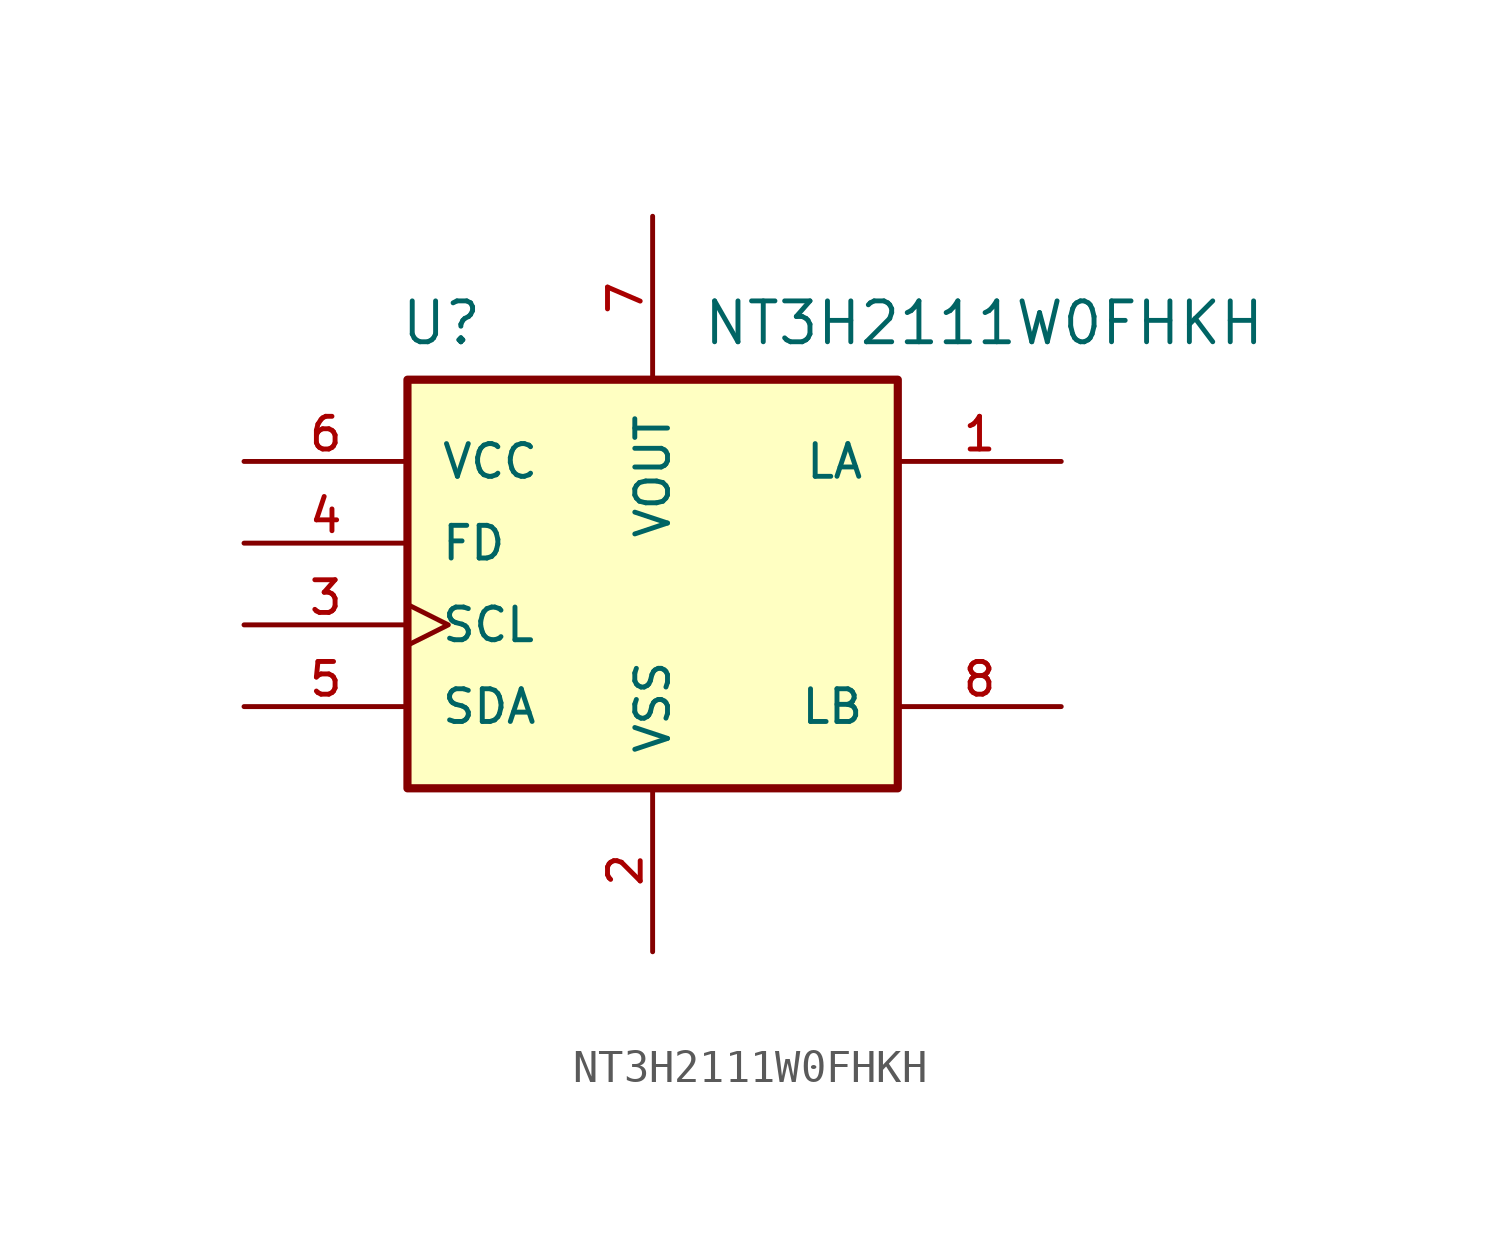
<source format=kicad_sym>
(kicad_symbol_lib
  (version 20231120)
  (generator "kicad_symbol_editor")
  (generator_version "8.0")
  (symbol "NT3H2111W0FHKH"
    (pin_names
      (offset 1.016))
    (property "Reference" "U"
      (at -7.874 3.556 0)
      (effects (font (size 1.27 1.27)) (justify left bottom)))
    (property "Value" "NT3H2111W0FHKH"
      (at 1.524 3.556 0)
      (effects (font (size 1.27 1.27)) (justify left bottom)))
    (symbol "NT3H2111W0FHKH_0_0"
      (rectangle (start -7.62 2.54) (end 7.62 -10.16) (stroke (width 0.254) (type default)) (fill (type background)))
      (pin bidirectional line (at 12.7 0 180) (length 5.08) (name "LA" (effects (font (size 1.016 1.016)))) (number "1" (effects (font (size 1.016 1.016)))))
      (pin power_in line (at 0 -15.24 90) (length 5.08) (name "VSS" (effects (font (size 1.016 1.016)))) (number "2" (effects (font (size 1.016 1.016)))))
      (pin input clock (at -12.7 -5.08 0) (length 5.08) (name "SCL" (effects (font (size 1.016 1.016)))) (number "3" (effects (font (size 1.016 1.016)))))
      (pin input line (at -12.7 -2.54 0) (length 5.08) (name "FD" (effects (font (size 1.016 1.016)))) (number "4" (effects (font (size 1.016 1.016)))))
      (pin bidirectional line (at -12.7 -7.62 0) (length 5.08) (name "SDA" (effects (font (size 1.016 1.016)))) (number "5" (effects (font (size 1.016 1.016)))))
      (pin power_in line (at -12.7 0 0) (length 5.08) (name "VCC" (effects (font (size 1.016 1.016)))) (number "6" (effects (font (size 1.016 1.016)))))
      (pin output line (at 0 7.62 270) (length 5.08) (name "VOUT" (effects (font (size 1.016 1.016)))) (number "7" (effects (font (size 1.016 1.016)))))
      (pin bidirectional line (at 12.7 -7.62 180) (length 5.08) (name "LB" (effects (font (size 1.016 1.016)))) (number "8" (effects (font (size 1.016 1.016))))))))
</source>
